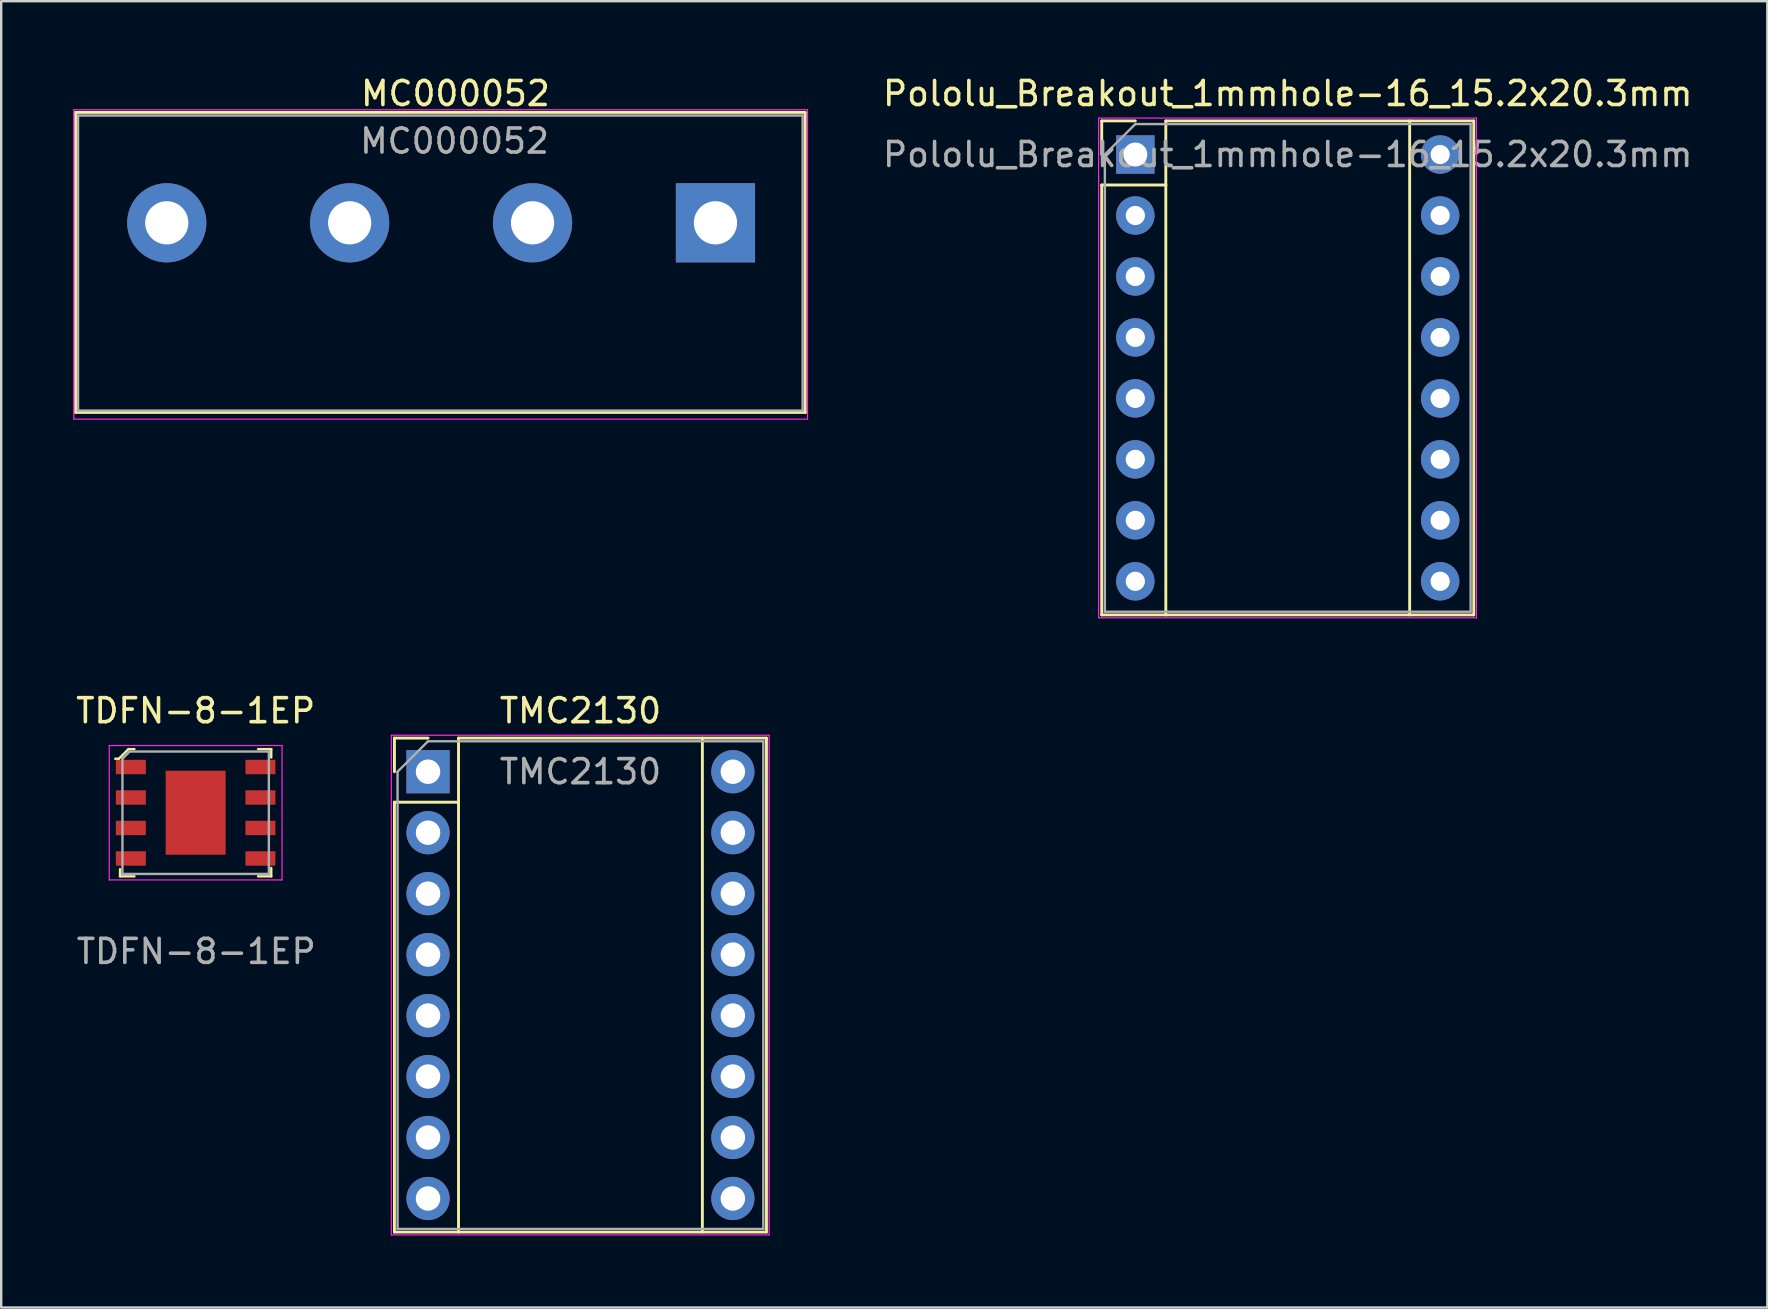
<source format=kicad_pcb>
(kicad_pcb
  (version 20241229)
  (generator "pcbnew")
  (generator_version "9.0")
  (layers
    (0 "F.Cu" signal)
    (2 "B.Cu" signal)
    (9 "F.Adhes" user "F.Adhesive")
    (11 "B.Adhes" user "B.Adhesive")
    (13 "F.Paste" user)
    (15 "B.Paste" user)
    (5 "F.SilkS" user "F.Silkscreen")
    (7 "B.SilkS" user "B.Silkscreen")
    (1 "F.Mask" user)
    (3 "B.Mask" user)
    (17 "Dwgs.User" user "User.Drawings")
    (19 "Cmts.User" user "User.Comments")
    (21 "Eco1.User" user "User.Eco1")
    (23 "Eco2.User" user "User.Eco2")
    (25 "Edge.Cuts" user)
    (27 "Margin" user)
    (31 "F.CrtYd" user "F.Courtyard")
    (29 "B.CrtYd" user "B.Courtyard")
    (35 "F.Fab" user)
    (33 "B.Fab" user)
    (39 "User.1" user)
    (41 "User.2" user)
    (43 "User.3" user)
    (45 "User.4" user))
  (footprint "Pololu_Breakout_1mmhole-16_15.2x20.3mm"
    (layer "F.Cu")
    (at 44.251 3.388)
    (property "Reference" "Pololu_Breakout_1mmhole-16_15.2x20.3mm" (at 6.35 -2.54 0) (layer "F.SilkS") (effects (font (size 1 1) (thickness 0.15))))
    (attr through_hole)
    (fp_line (start -1.4 -1.4) (end -1.4 0) (stroke (width 0.12) (type solid)) (layer "F.SilkS"))
    (fp_line (start -1.4 1.27) (end -1.4 19.18) (stroke (width 0.12) (type solid)) (layer "F.SilkS"))
    (fp_line (start -1.4 19.18) (end 14.1 19.18) (stroke (width 0.12) (type solid)) (layer "F.SilkS"))
    (fp_line (start 0 -1.4) (end -1.4 -1.4) (stroke (width 0.12) (type solid)) (layer "F.SilkS"))
    (fp_line (start 1.27 -1.4) (end 1.27 1.27) (stroke (width 0.12) (type solid)) (layer "F.SilkS"))
    (fp_line (start 1.27 1.27) (end -1.4 1.27) (stroke (width 0.12) (type solid)) (layer "F.SilkS"))
    (fp_line (start 1.27 1.27) (end 1.27 19.18) (stroke (width 0.12) (type solid)) (layer "F.SilkS"))
    (fp_line (start 11.43 -1.4) (end 11.43 19.18) (stroke (width 0.12) (type solid)) (layer "F.SilkS"))
    (fp_line (start 14.1 -1.4) (end 1.27 -1.4) (stroke (width 0.12) (type solid)) (layer "F.SilkS"))
    (fp_line (start 14.1 19.18) (end 14.1 -1.4) (stroke (width 0.12) (type solid)) (layer "F.SilkS"))
    (fp_line (start -1.53 -1.52) (end -1.53 19.3) (stroke (width 0.05) (type solid)) (layer "F.CrtYd"))
    (fp_line (start -1.53 -1.52) (end 14.21 -1.52) (stroke (width 0.05) (type solid)) (layer "F.CrtYd"))
    (fp_line (start 14.21 19.3) (end -1.53 19.3) (stroke (width 0.05) (type solid)) (layer "F.CrtYd"))
    (fp_line (start 14.21 19.3) (end 14.21 -1.52) (stroke (width 0.05) (type solid)) (layer "F.CrtYd"))
    (fp_line (start -1.27 0) (end 0 -1.27) (stroke (width 0.1) (type solid)) (layer "F.Fab"))
    (fp_line (start -1.27 19.05) (end -1.27 0) (stroke (width 0.1) (type solid)) (layer "F.Fab"))
    (fp_line (start 0 -1.27) (end 13.97 -1.27) (stroke (width 0.1) (type solid)) (layer "F.Fab"))
    (fp_line (start 13.97 -1.27) (end 13.97 19.05) (stroke (width 0.1) (type solid)) (layer "F.Fab"))
    (fp_line (start 13.97 19.05) (end -1.27 19.05) (stroke (width 0.1) (type solid)) (layer "F.Fab"))
    (fp_text user "${REFERENCE}" (at 6.35 0 0) (layer "F.Fab") (effects (font (size 1 1) (thickness 0.15))))
    (pad "1" thru_hole rect (at 0 0) (size 1.6 1.6) (drill 1) (layers "*.Cu" "*.Mask"))
    (pad "2" thru_hole oval (at 0 2.54) (size 1.6 1.6) (drill 0.8) (layers "*.Cu" "*.Mask"))
    (pad "3" thru_hole oval (at 0 5.08) (size 1.6 1.6) (drill 0.8) (layers "*.Cu" "*.Mask"))
    (pad "4" thru_hole oval (at 0 7.62) (size 1.6 1.6) (drill 0.8) (layers "*.Cu" "*.Mask"))
    (pad "5" thru_hole oval (at 0 10.16) (size 1.6 1.6) (drill 0.8) (layers "*.Cu" "*.Mask"))
    (pad "6" thru_hole oval (at 0 12.7) (size 1.6 1.6) (drill 0.8) (layers "*.Cu" "*.Mask"))
    (pad "7" thru_hole oval (at 0 15.24) (size 1.6 1.6) (drill 0.8) (layers "*.Cu" "*.Mask"))
    (pad "8" thru_hole oval (at 0 17.78) (size 1.6 1.6) (drill 0.8) (layers "*.Cu" "*.Mask"))
    (pad "9" thru_hole oval (at 12.7 17.78) (size 1.6 1.6) (drill 0.8) (layers "*.Cu" "*.Mask"))
    (pad "10" thru_hole oval (at 12.7 15.24) (size 1.6 1.6) (drill 0.8) (layers "*.Cu" "*.Mask"))
    (pad "11" thru_hole oval (at 12.7 12.7) (size 1.6 1.6) (drill 0.8) (layers "*.Cu" "*.Mask"))
    (pad "12" thru_hole oval (at 12.7 10.16) (size 1.6 1.6) (drill 0.8) (layers "*.Cu" "*.Mask"))
    (pad "13" thru_hole oval (at 12.7 7.62) (size 1.6 1.6) (drill 0.8) (layers "*.Cu" "*.Mask"))
    (pad "14" thru_hole oval (at 12.7 5.08) (size 1.6 1.6) (drill 0.8) (layers "*.Cu" "*.Mask"))
    (pad "15" thru_hole oval (at 12.7 2.54) (size 1.6 1.6) (drill 0.8) (layers "*.Cu" "*.Mask"))
    (pad "16" thru_hole oval (at 12.7 0) (size 1.6 1.6) (drill 0.8) (layers "*.Cu" "*.Mask")))
  (footprint "TMC2130"
    (layer "F.Cu")
    (at 14.783 29.102)
    (property "Reference" "TMC2130" (at 6.35 -2.54 0) (layer "F.SilkS") (effects (font (size 1 1) (thickness 0.15))))
    (attr through_hole)
    (fp_line (start -1.4 -1.4) (end -1.4 0) (stroke (width 0.12) (type solid)) (layer "F.SilkS"))
    (fp_line (start -1.4 1.27) (end -1.4 19.18) (stroke (width 0.12) (type solid)) (layer "F.SilkS"))
    (fp_line (start -1.4 19.18) (end 14.1 19.18) (stroke (width 0.12) (type solid)) (layer "F.SilkS"))
    (fp_line (start 0 -1.4) (end -1.4 -1.4) (stroke (width 0.12) (type solid)) (layer "F.SilkS"))
    (fp_line (start 1.27 -1.4) (end 1.27 1.27) (stroke (width 0.12) (type solid)) (layer "F.SilkS"))
    (fp_line (start 1.27 1.27) (end -1.4 1.27) (stroke (width 0.12) (type solid)) (layer "F.SilkS"))
    (fp_line (start 1.27 1.27) (end 1.27 19.18) (stroke (width 0.12) (type solid)) (layer "F.SilkS"))
    (fp_line (start 11.43 -1.4) (end 11.43 19.18) (stroke (width 0.12) (type solid)) (layer "F.SilkS"))
    (fp_line (start 14.1 -1.4) (end 1.27 -1.4) (stroke (width 0.12) (type solid)) (layer "F.SilkS"))
    (fp_line (start 14.1 19.18) (end 14.1 -1.4) (stroke (width 0.12) (type solid)) (layer "F.SilkS"))
    (fp_line (start -1.53 -1.52) (end -1.53 19.3) (stroke (width 0.05) (type solid)) (layer "F.CrtYd"))
    (fp_line (start -1.53 -1.52) (end 14.21 -1.52) (stroke (width 0.05) (type solid)) (layer "F.CrtYd"))
    (fp_line (start 14.21 19.3) (end -1.53 19.3) (stroke (width 0.05) (type solid)) (layer "F.CrtYd"))
    (fp_line (start 14.21 19.3) (end 14.21 -1.52) (stroke (width 0.05) (type solid)) (layer "F.CrtYd"))
    (fp_line (start -1.27 0) (end 0 -1.27) (stroke (width 0.1) (type solid)) (layer "F.Fab"))
    (fp_line (start -1.27 19.05) (end -1.27 0) (stroke (width 0.1) (type solid)) (layer "F.Fab"))
    (fp_line (start 0 -1.27) (end 13.97 -1.27) (stroke (width 0.1) (type solid)) (layer "F.Fab"))
    (fp_line (start 13.97 -1.27) (end 13.97 19.05) (stroke (width 0.1) (type solid)) (layer "F.Fab"))
    (fp_line (start 13.97 19.05) (end -1.27 19.05) (stroke (width 0.1) (type solid)) (layer "F.Fab"))
    (fp_text user "${REFERENCE}" (at 6.35 0 0) (layer "F.Fab") (effects (font (size 1 1) (thickness 0.15))))
    (pad "1" thru_hole oval (at 12.7 0) (size 1.8 1.8) (drill 1.02) (layers "*.Cu" "*.Mask"))
    (pad "2" thru_hole oval (at 12.7 2.54) (size 1.8 1.8) (drill 1.02) (layers "*.Cu" "*.Mask"))
    (pad "3" thru_hole oval (at 12.7 5.08) (size 1.8 1.8) (drill 1.02) (layers "*.Cu" "*.Mask"))
    (pad "4" thru_hole oval (at 12.7 7.62) (size 1.8 1.8) (drill 1.02) (layers "*.Cu" "*.Mask"))
    (pad "5" thru_hole oval (at 12.7 10.16) (size 1.8 1.8) (drill 1.02) (layers "*.Cu" "*.Mask"))
    (pad "6" thru_hole oval (at 12.7 12.7) (size 1.8 1.8) (drill 1.02) (layers "*.Cu" "*.Mask"))
    (pad "7" thru_hole oval (at 12.7 15.24) (size 1.8 1.8) (drill 1.02) (layers "*.Cu" "*.Mask"))
    (pad "8" thru_hole oval (at 12.7 17.78) (size 1.8 1.8) (drill 1.02) (layers "*.Cu" "*.Mask"))
    (pad "9" thru_hole rect (at 0 0) (size 1.8 1.8) (drill 1.02) (layers "*.Cu" "*.Mask"))
    (pad "10" thru_hole oval (at 0 2.54) (size 1.8 1.8) (drill 1.02) (layers "*.Cu" "*.Mask"))
    (pad "11" thru_hole oval (at 0 5.08) (size 1.8 1.8) (drill 1.02) (layers "*.Cu" "*.Mask"))
    (pad "12" thru_hole oval (at 0 7.62) (size 1.8 1.8) (drill 1.02) (layers "*.Cu" "*.Mask"))
    (pad "13" thru_hole oval (at 0 10.16) (size 1.8 1.8) (drill 1.02) (layers "*.Cu" "*.Mask"))
    (pad "14" thru_hole oval (at 0 12.7) (size 1.8 1.8) (drill 1.02) (layers "*.Cu" "*.Mask"))
    (pad "15" thru_hole oval (at 0 15.24) (size 1.8 1.8) (drill 1.02) (layers "*.Cu" "*.Mask"))
    (pad "16" thru_hole oval (at 0 17.78) (size 1.8 1.8) (drill 1.02) (layers "*.Cu" "*.Mask")))
  (footprint "MC000052"
    (layer "F.Cu")
    (at 3.898 6.233)
    (property "Reference" "MC000052" (at 12.027 -5.385 0) (layer "F.SilkS") (effects (font (size 1 1) (thickness 0.15))))
    (attr through_hole)
    (fp_line (start -3.8 -4.597) (end -3.8 7.899) (stroke (width 0.12) (type solid)) (layer "F.SilkS"))
    (fp_line (start -3.797 -4.6) (end 26.594 -4.6) (stroke (width 0.12) (type solid)) (layer "F.SilkS"))
    (fp_line (start -3.797 7.9) (end 26.607 7.9) (stroke (width 0.12) (type solid)) (layer "F.SilkS"))
    (fp_line (start 26.6 7.899) (end 26.6 -4.597) (stroke (width 0.12) (type solid)) (layer "F.SilkS"))
    (fp_line (start -3.873 -4.712) (end -3.873 8.179) (stroke (width 0.05) (type solid)) (layer "F.CrtYd"))
    (fp_line (start -3.873 -4.712) (end 26.695 -4.712) (stroke (width 0.05) (type solid)) (layer "F.CrtYd"))
    (fp_line (start 26.695 8.179) (end -3.873 8.179) (stroke (width 0.05) (type solid)) (layer "F.CrtYd"))
    (fp_line (start 26.695 8.179) (end 26.695 -4.712) (stroke (width 0.05) (type solid)) (layer "F.CrtYd"))
    (fp_line (start -3.696 -4.47) (end 26.492 -4.47) (stroke (width 0.1) (type solid)) (layer "F.Fab"))
    (fp_line (start -3.696 7.823) (end -3.696 -4.47) (stroke (width 0.1) (type solid)) (layer "F.Fab"))
    (fp_line (start 26.492 -4.47) (end 26.492 7.811) (stroke (width 0.1) (type solid)) (layer "F.Fab"))
    (fp_line (start 26.492 7.823) (end -3.708 7.823) (stroke (width 0.1) (type solid)) (layer "F.Fab"))
    (fp_text user "${REFERENCE}" (at 11.989 -3.404 0) (layer "F.Fab") (effects (font (size 1 1) (thickness 0.15))))
    (pad "1" thru_hole rect (at 22.86 0) (size 3.3 3.3) (drill 1.8) (layers "*.Cu" "*.Mask"))
    (pad "2" thru_hole circle (at 7.62 0) (size 3.3 3.3) (drill 1.8) (layers "*.Cu" "*.Mask"))
    (pad "3" thru_hole circle (at 15.24 0) (size 3.3 3.3) (drill 1.8) (layers "*.Cu" "*.Mask"))
    (pad "4" thru_hole circle (at 0 0) (size 3.3 3.3) (drill 1.8) (layers "*.Cu" "*.Mask")))
  (footprint "TDFN-8-1EP"
    (layer "F.Cu")
    (at 5.101 30.811)
    (property "Reference" "TDFN-8-1EP" (at 0 -4.25 0) (layer "F.SilkS") (effects (font (size 1 1) (thickness 0.15))))
    (attr through_hole)
    (fp_line (start -3.2 -2.25) (end -3.35 -2.25) (stroke (width 0.1) (type solid)) (layer "F.SilkS"))
    (fp_line (start -3.15 2.35) (end -3.15 2.65) (stroke (width 0.1) (type solid)) (layer "F.SilkS"))
    (fp_line (start -3.15 2.65) (end -2.55 2.65) (stroke (width 0.1) (type solid)) (layer "F.SilkS"))
    (fp_line (start -2.8 -2.65) (end -3.2 -2.25) (stroke (width 0.1) (type solid)) (layer "F.SilkS"))
    (fp_line (start -2.55 -2.65) (end -2.8 -2.65) (stroke (width 0.1) (type solid)) (layer "F.SilkS"))
    (fp_line (start 2.6 -2.65) (end 3.15 -2.65) (stroke (width 0.1) (type solid)) (layer "F.SilkS"))
    (fp_line (start 3.15 -2.65) (end 3.15 -2.3) (stroke (width 0.1) (type solid)) (layer "F.SilkS"))
    (fp_line (start 3.15 2.3) (end 3.15 2.65) (stroke (width 0.1) (type solid)) (layer "F.SilkS"))
    (fp_line (start 3.15 2.65) (end 2.6 2.65) (stroke (width 0.1) (type solid)) (layer "F.SilkS"))
    (fp_line (start -3.6 -2.8) (end -3.6 2.8) (stroke (width 0.05) (type solid)) (layer "F.CrtYd"))
    (fp_line (start -3.6 -2.8) (end 3.6 -2.8) (stroke (width 0.05) (type solid)) (layer "F.CrtYd"))
    (fp_line (start -3.6 2.8) (end 3.6 2.8) (stroke (width 0.05) (type solid)) (layer "F.CrtYd"))
    (fp_line (start 3.6 2.8) (end 3.6 -2.8) (stroke (width 0.05) (type solid)) (layer "F.CrtYd"))
    (fp_line (start -3.05 -2.25) (end -2.75 -2.55) (stroke (width 0.1) (type solid)) (layer "F.Fab"))
    (fp_line (start -3.05 2.55) (end -3.05 -2.25) (stroke (width 0.1) (type solid)) (layer "F.Fab"))
    (fp_line (start -3.05 2.55) (end 3.05 2.55) (stroke (width 0.1) (type solid)) (layer "F.Fab"))
    (fp_line (start 3.05 -2.55) (end -2.75 -2.55) (stroke (width 0.1) (type solid)) (layer "F.Fab"))
    (fp_line (start 3.05 2.55) (end 3.05 -2.55) (stroke (width 0.1) (type solid)) (layer "F.Fab"))
    (fp_text user "${REFERENCE}" (at 0.025 5.779 180) (layer "F.Fab") (effects (font (size 1 1) (thickness 0.15))))
    (pad "1" smd rect (at -2.7 -1.905) (size 1.25 0.6) (layers "F.Cu" "F.Mask" "F.Paste"))
    (pad "2" smd rect (at -2.7 -0.635) (size 1.25 0.6) (layers "F.Cu" "F.Mask" "F.Paste"))
    (pad "3" smd rect (at -2.7 0.635) (size 1.25 0.6) (layers "F.Cu" "F.Mask" "F.Paste"))
    (pad "4" smd rect (at -2.7 1.905) (size 1.25 0.6) (layers "F.Cu" "F.Mask" "F.Paste"))
    (pad "5" smd rect (at 2.7 1.905) (size 1.25 0.6) (layers "F.Cu" "F.Mask" "F.Paste"))
    (pad "6" smd rect (at 2.7 0.635) (size 1.25 0.6) (layers "F.Cu" "F.Mask" "F.Paste"))
    (pad "7" smd rect (at 2.7 -0.635) (size 1.25 0.6) (layers "F.Cu" "F.Mask" "F.Paste"))
    (pad "8" smd rect (at 2.7 -1.905) (size 1.25 0.6) (layers "F.Cu" "F.Mask" "F.Paste"))
    (pad "9" smd rect (at 0 0) (size 2.5 3.5) (layers "F.Cu" "F.Mask" "F.Paste")))
  (gr_rect
    (start -3 -3)
    (end 70.583 51.426)
    (stroke (width 0.1) (type default))
    (fill no)
    (layer "Edge.Cuts")))
</source>
